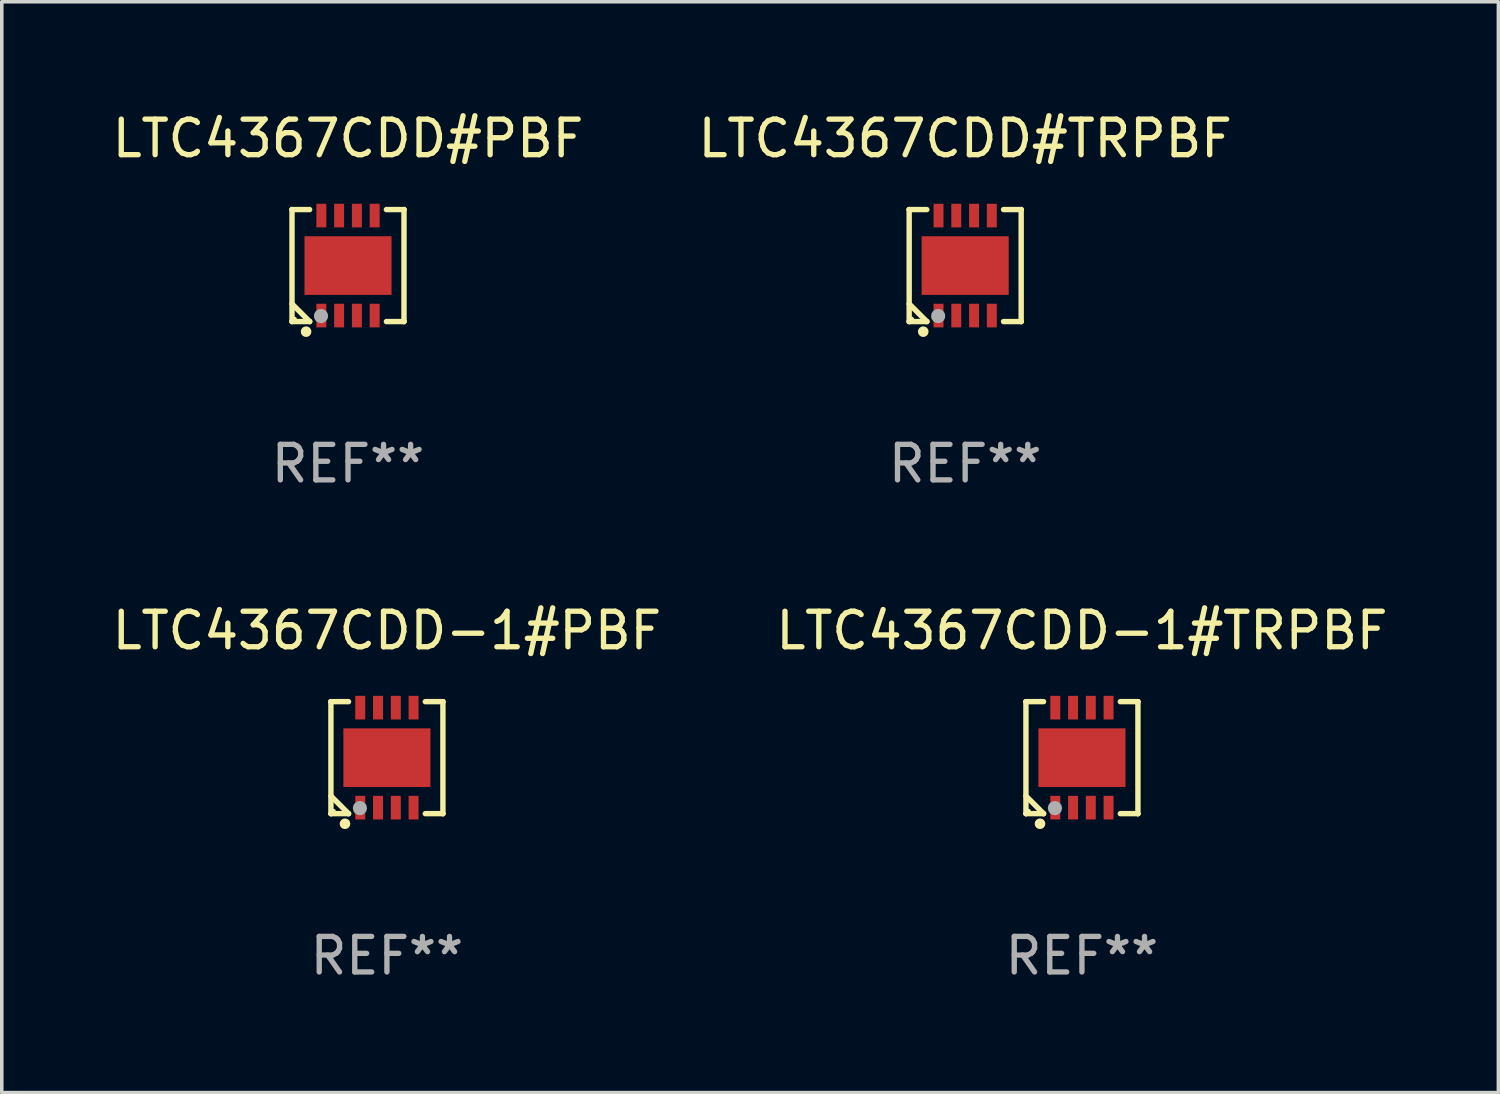
<source format=kicad_pcb>
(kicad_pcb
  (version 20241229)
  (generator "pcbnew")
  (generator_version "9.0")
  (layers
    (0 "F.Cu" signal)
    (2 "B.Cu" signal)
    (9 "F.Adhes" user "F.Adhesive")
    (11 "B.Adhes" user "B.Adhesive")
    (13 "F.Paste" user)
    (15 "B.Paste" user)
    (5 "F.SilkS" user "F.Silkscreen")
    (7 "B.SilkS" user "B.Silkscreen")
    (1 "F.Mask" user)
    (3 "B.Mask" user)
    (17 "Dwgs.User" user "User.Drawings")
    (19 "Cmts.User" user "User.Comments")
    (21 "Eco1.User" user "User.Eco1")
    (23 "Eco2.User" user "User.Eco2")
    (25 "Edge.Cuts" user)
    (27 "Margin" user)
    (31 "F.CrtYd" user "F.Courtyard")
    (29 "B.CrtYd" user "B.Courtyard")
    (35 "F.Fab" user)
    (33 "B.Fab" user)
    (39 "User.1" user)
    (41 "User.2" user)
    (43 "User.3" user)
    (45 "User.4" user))
  (footprint "LTC4367CDD-1#TRPBF"
    (layer "F.Cu")
    (at 27.399 18.273)
    (property "Reference" "LTC4367CDD-1#TRPBF" (at 0 -3.576 0) (layer "F.SilkS") (effects (font (size 1 1) (thickness 0.15))))
    (attr through_hole)
    (fp_line (start -1.576 -1.576) (end -1.576 -1.576) (stroke (width 0.152) (type solid)) (layer "F.SilkS"))
    (fp_line (start -1.576 -1.576) (end -1.08 -1.576) (stroke (width 0.152) (type solid)) (layer "F.SilkS"))
    (fp_line (start -1.576 1.576) (end -1.576 -1.576) (stroke (width 0.152) (type solid)) (layer "F.SilkS"))
    (fp_line (start -1.576 1.576) (end -1.576 1.576) (stroke (width 0.152) (type solid)) (layer "F.SilkS"))
    (fp_line (start -1.08 1.575) (end -1.576 1.079) (stroke (width 0.152) (type solid)) (layer "F.SilkS"))
    (fp_line (start -1.08 1.576) (end -1.576 1.576) (stroke (width 0.152) (type solid)) (layer "F.SilkS"))
    (fp_line (start -1.08 1.576) (end -1.08 1.575) (stroke (width 0.152) (type solid)) (layer "F.SilkS"))
    (fp_line (start 1.08 1.576) (end 1.576 1.576) (stroke (width 0.152) (type solid)) (layer "F.SilkS"))
    (fp_line (start 1.576 -1.576) (end 1.08 -1.576) (stroke (width 0.152) (type solid)) (layer "F.SilkS"))
    (fp_line (start 1.576 -1.576) (end 1.576 -1.576) (stroke (width 0.152) (type solid)) (layer "F.SilkS"))
    (fp_line (start 1.576 1.576) (end 1.576 -1.576) (stroke (width 0.152) (type solid)) (layer "F.SilkS"))
    (fp_line (start 1.576 1.576) (end 1.576 1.576) (stroke (width 0.152) (type solid)) (layer "F.SilkS"))
    (fp_circle (center -1.5 1.5) (end -1.47 1.5) (stroke (width 0.06) (type solid)) (fill no) (layer "F.SilkS"))
    (fp_circle (center -1.18 1.86) (end -1.105 1.86) (stroke (width 0.15) (type solid)) (fill no) (layer "F.SilkS"))
    (fp_circle (center -0.76 1.42) (end -0.66 1.42) (stroke (width 0.2) (type solid)) (fill no) (layer "F.Fab"))
    (fp_text user "REF**" (at 0 5.576 0) (layer "F.Fab") (effects (font (size 1 1) (thickness 0.15))))
    (pad "1" smd rect (at -0.75 1.407) (size 0.28 0.665) (layers "F.Cu" "F.Mask" "F.Paste"))
    (pad "2" smd rect (at -0.25 1.407) (size 0.28 0.665) (layers "F.Cu" "F.Mask" "F.Paste"))
    (pad "3" smd rect (at 0.25 1.407) (size 0.28 0.665) (layers "F.Cu" "F.Mask" "F.Paste"))
    (pad "4" smd rect (at 0.75 1.407) (size 0.28 0.665) (layers "F.Cu" "F.Mask" "F.Paste"))
    (pad "5" smd rect (at 0.75 -1.407) (size 0.28 0.665) (layers "F.Cu" "F.Mask" "F.Paste"))
    (pad "6" smd rect (at 0.25 -1.407) (size 0.28 0.665) (layers "F.Cu" "F.Mask" "F.Paste"))
    (pad "7" smd rect (at -0.25 -1.407) (size 0.28 0.665) (layers "F.Cu" "F.Mask" "F.Paste"))
    (pad "8" smd rect (at -0.75 -1.407) (size 0.28 0.665) (layers "F.Cu" "F.Mask" "F.Paste"))
    (pad "9" smd rect (at 0 0) (size 2.45 1.65) (layers "F.Cu" "F.Mask" "F.Paste")))
  (footprint "LTC4367CDD#PBF"
    (layer "F.Cu")
    (at 6.744 4.424)
    (property "Reference" "LTC4367CDD#PBF" (at 0 -3.576 0) (layer "F.SilkS") (effects (font (size 1 1) (thickness 0.15))))
    (attr through_hole)
    (fp_line (start -1.576 -1.576) (end -1.576 -1.576) (stroke (width 0.152) (type solid)) (layer "F.SilkS"))
    (fp_line (start -1.576 -1.576) (end -1.08 -1.576) (stroke (width 0.152) (type solid)) (layer "F.SilkS"))
    (fp_line (start -1.576 1.576) (end -1.576 -1.576) (stroke (width 0.152) (type solid)) (layer "F.SilkS"))
    (fp_line (start -1.576 1.576) (end -1.576 1.576) (stroke (width 0.152) (type solid)) (layer "F.SilkS"))
    (fp_line (start -1.08 1.575) (end -1.576 1.079) (stroke (width 0.152) (type solid)) (layer "F.SilkS"))
    (fp_line (start -1.08 1.576) (end -1.576 1.576) (stroke (width 0.152) (type solid)) (layer "F.SilkS"))
    (fp_line (start -1.08 1.576) (end -1.08 1.575) (stroke (width 0.152) (type solid)) (layer "F.SilkS"))
    (fp_line (start 1.08 1.576) (end 1.576 1.576) (stroke (width 0.152) (type solid)) (layer "F.SilkS"))
    (fp_line (start 1.576 -1.576) (end 1.08 -1.576) (stroke (width 0.152) (type solid)) (layer "F.SilkS"))
    (fp_line (start 1.576 -1.576) (end 1.576 -1.576) (stroke (width 0.152) (type solid)) (layer "F.SilkS"))
    (fp_line (start 1.576 1.576) (end 1.576 -1.576) (stroke (width 0.152) (type solid)) (layer "F.SilkS"))
    (fp_line (start 1.576 1.576) (end 1.576 1.576) (stroke (width 0.152) (type solid)) (layer "F.SilkS"))
    (fp_circle (center -1.5 1.5) (end -1.47 1.5) (stroke (width 0.06) (type solid)) (fill no) (layer "F.SilkS"))
    (fp_circle (center -1.18 1.86) (end -1.105 1.86) (stroke (width 0.15) (type solid)) (fill no) (layer "F.SilkS"))
    (fp_circle (center -0.76 1.42) (end -0.66 1.42) (stroke (width 0.2) (type solid)) (fill no) (layer "F.Fab"))
    (fp_text user "REF**" (at 0 5.576 0) (layer "F.Fab") (effects (font (size 1 1) (thickness 0.15))))
    (pad "1" smd rect (at -0.75 1.407) (size 0.28 0.665) (layers "F.Cu" "F.Mask" "F.Paste"))
    (pad "2" smd rect (at -0.25 1.407) (size 0.28 0.665) (layers "F.Cu" "F.Mask" "F.Paste"))
    (pad "3" smd rect (at 0.25 1.407) (size 0.28 0.665) (layers "F.Cu" "F.Mask" "F.Paste"))
    (pad "4" smd rect (at 0.75 1.407) (size 0.28 0.665) (layers "F.Cu" "F.Mask" "F.Paste"))
    (pad "5" smd rect (at 0.75 -1.407) (size 0.28 0.665) (layers "F.Cu" "F.Mask" "F.Paste"))
    (pad "6" smd rect (at 0.25 -1.407) (size 0.28 0.665) (layers "F.Cu" "F.Mask" "F.Paste"))
    (pad "7" smd rect (at -0.25 -1.407) (size 0.28 0.665) (layers "F.Cu" "F.Mask" "F.Paste"))
    (pad "8" smd rect (at -0.75 -1.407) (size 0.28 0.665) (layers "F.Cu" "F.Mask" "F.Paste"))
    (pad "9" smd rect (at 0 0) (size 2.45 1.65) (layers "F.Cu" "F.Mask" "F.Paste")))
  (footprint "LTC4367CDD#TRPBF"
    (layer "F.Cu")
    (at 24.113 4.424)
    (property "Reference" "LTC4367CDD#TRPBF" (at 0 -3.576 0) (layer "F.SilkS") (effects (font (size 1 1) (thickness 0.15))))
    (attr through_hole)
    (fp_line (start -1.576 -1.576) (end -1.576 -1.576) (stroke (width 0.152) (type solid)) (layer "F.SilkS"))
    (fp_line (start -1.576 -1.576) (end -1.08 -1.576) (stroke (width 0.152) (type solid)) (layer "F.SilkS"))
    (fp_line (start -1.576 1.576) (end -1.576 -1.576) (stroke (width 0.152) (type solid)) (layer "F.SilkS"))
    (fp_line (start -1.576 1.576) (end -1.576 1.576) (stroke (width 0.152) (type solid)) (layer "F.SilkS"))
    (fp_line (start -1.08 1.575) (end -1.576 1.079) (stroke (width 0.152) (type solid)) (layer "F.SilkS"))
    (fp_line (start -1.08 1.576) (end -1.576 1.576) (stroke (width 0.152) (type solid)) (layer "F.SilkS"))
    (fp_line (start -1.08 1.576) (end -1.08 1.575) (stroke (width 0.152) (type solid)) (layer "F.SilkS"))
    (fp_line (start 1.08 1.576) (end 1.576 1.576) (stroke (width 0.152) (type solid)) (layer "F.SilkS"))
    (fp_line (start 1.576 -1.576) (end 1.08 -1.576) (stroke (width 0.152) (type solid)) (layer "F.SilkS"))
    (fp_line (start 1.576 -1.576) (end 1.576 -1.576) (stroke (width 0.152) (type solid)) (layer "F.SilkS"))
    (fp_line (start 1.576 1.576) (end 1.576 -1.576) (stroke (width 0.152) (type solid)) (layer "F.SilkS"))
    (fp_line (start 1.576 1.576) (end 1.576 1.576) (stroke (width 0.152) (type solid)) (layer "F.SilkS"))
    (fp_circle (center -1.5 1.5) (end -1.47 1.5) (stroke (width 0.06) (type solid)) (fill no) (layer "F.SilkS"))
    (fp_circle (center -1.18 1.86) (end -1.105 1.86) (stroke (width 0.15) (type solid)) (fill no) (layer "F.SilkS"))
    (fp_circle (center -0.76 1.42) (end -0.66 1.42) (stroke (width 0.2) (type solid)) (fill no) (layer "F.Fab"))
    (fp_text user "REF**" (at 0 5.576 0) (layer "F.Fab") (effects (font (size 1 1) (thickness 0.15))))
    (pad "1" smd rect (at -0.75 1.407) (size 0.28 0.665) (layers "F.Cu" "F.Mask" "F.Paste"))
    (pad "2" smd rect (at -0.25 1.407) (size 0.28 0.665) (layers "F.Cu" "F.Mask" "F.Paste"))
    (pad "3" smd rect (at 0.25 1.407) (size 0.28 0.665) (layers "F.Cu" "F.Mask" "F.Paste"))
    (pad "4" smd rect (at 0.75 1.407) (size 0.28 0.665) (layers "F.Cu" "F.Mask" "F.Paste"))
    (pad "5" smd rect (at 0.75 -1.407) (size 0.28 0.665) (layers "F.Cu" "F.Mask" "F.Paste"))
    (pad "6" smd rect (at 0.25 -1.407) (size 0.28 0.665) (layers "F.Cu" "F.Mask" "F.Paste"))
    (pad "7" smd rect (at -0.25 -1.407) (size 0.28 0.665) (layers "F.Cu" "F.Mask" "F.Paste"))
    (pad "8" smd rect (at -0.75 -1.407) (size 0.28 0.665) (layers "F.Cu" "F.Mask" "F.Paste"))
    (pad "9" smd rect (at 0 0) (size 2.45 1.65) (layers "F.Cu" "F.Mask" "F.Paste")))
  (footprint "LTC4367CDD-1#PBF"
    (layer "F.Cu")
    (at 7.839 18.273)
    (property "Reference" "LTC4367CDD-1#PBF" (at 0 -3.576 0) (layer "F.SilkS") (effects (font (size 1 1) (thickness 0.15))))
    (attr through_hole)
    (fp_line (start -1.576 -1.576) (end -1.576 -1.576) (stroke (width 0.152) (type solid)) (layer "F.SilkS"))
    (fp_line (start -1.576 -1.576) (end -1.08 -1.576) (stroke (width 0.152) (type solid)) (layer "F.SilkS"))
    (fp_line (start -1.576 1.576) (end -1.576 -1.576) (stroke (width 0.152) (type solid)) (layer "F.SilkS"))
    (fp_line (start -1.576 1.576) (end -1.576 1.576) (stroke (width 0.152) (type solid)) (layer "F.SilkS"))
    (fp_line (start -1.08 1.575) (end -1.576 1.079) (stroke (width 0.152) (type solid)) (layer "F.SilkS"))
    (fp_line (start -1.08 1.576) (end -1.576 1.576) (stroke (width 0.152) (type solid)) (layer "F.SilkS"))
    (fp_line (start -1.08 1.576) (end -1.08 1.575) (stroke (width 0.152) (type solid)) (layer "F.SilkS"))
    (fp_line (start 1.08 1.576) (end 1.576 1.576) (stroke (width 0.152) (type solid)) (layer "F.SilkS"))
    (fp_line (start 1.576 -1.576) (end 1.08 -1.576) (stroke (width 0.152) (type solid)) (layer "F.SilkS"))
    (fp_line (start 1.576 -1.576) (end 1.576 -1.576) (stroke (width 0.152) (type solid)) (layer "F.SilkS"))
    (fp_line (start 1.576 1.576) (end 1.576 -1.576) (stroke (width 0.152) (type solid)) (layer "F.SilkS"))
    (fp_line (start 1.576 1.576) (end 1.576 1.576) (stroke (width 0.152) (type solid)) (layer "F.SilkS"))
    (fp_circle (center -1.5 1.5) (end -1.47 1.5) (stroke (width 0.06) (type solid)) (fill no) (layer "F.SilkS"))
    (fp_circle (center -1.18 1.86) (end -1.105 1.86) (stroke (width 0.15) (type solid)) (fill no) (layer "F.SilkS"))
    (fp_circle (center -0.76 1.42) (end -0.66 1.42) (stroke (width 0.2) (type solid)) (fill no) (layer "F.Fab"))
    (fp_text user "REF**" (at 0 5.576 0) (layer "F.Fab") (effects (font (size 1 1) (thickness 0.15))))
    (pad "1" smd rect (at -0.75 1.407) (size 0.28 0.665) (layers "F.Cu" "F.Mask" "F.Paste"))
    (pad "2" smd rect (at -0.25 1.407) (size 0.28 0.665) (layers "F.Cu" "F.Mask" "F.Paste"))
    (pad "3" smd rect (at 0.25 1.407) (size 0.28 0.665) (layers "F.Cu" "F.Mask" "F.Paste"))
    (pad "4" smd rect (at 0.75 1.407) (size 0.28 0.665) (layers "F.Cu" "F.Mask" "F.Paste"))
    (pad "5" smd rect (at 0.75 -1.407) (size 0.28 0.665) (layers "F.Cu" "F.Mask" "F.Paste"))
    (pad "6" smd rect (at 0.25 -1.407) (size 0.28 0.665) (layers "F.Cu" "F.Mask" "F.Paste"))
    (pad "7" smd rect (at -0.25 -1.407) (size 0.28 0.665) (layers "F.Cu" "F.Mask" "F.Paste"))
    (pad "8" smd rect (at -0.75 -1.407) (size 0.28 0.665) (layers "F.Cu" "F.Mask" "F.Paste"))
    (pad "9" smd rect (at 0 0) (size 2.45 1.65) (layers "F.Cu" "F.Mask" "F.Paste")))
  (gr_rect
    (start -3 -3)
    (end 39.119 27.698)
    (stroke (width 0.1) (type default))
    (fill no)
    (layer "Edge.Cuts")))
</source>
